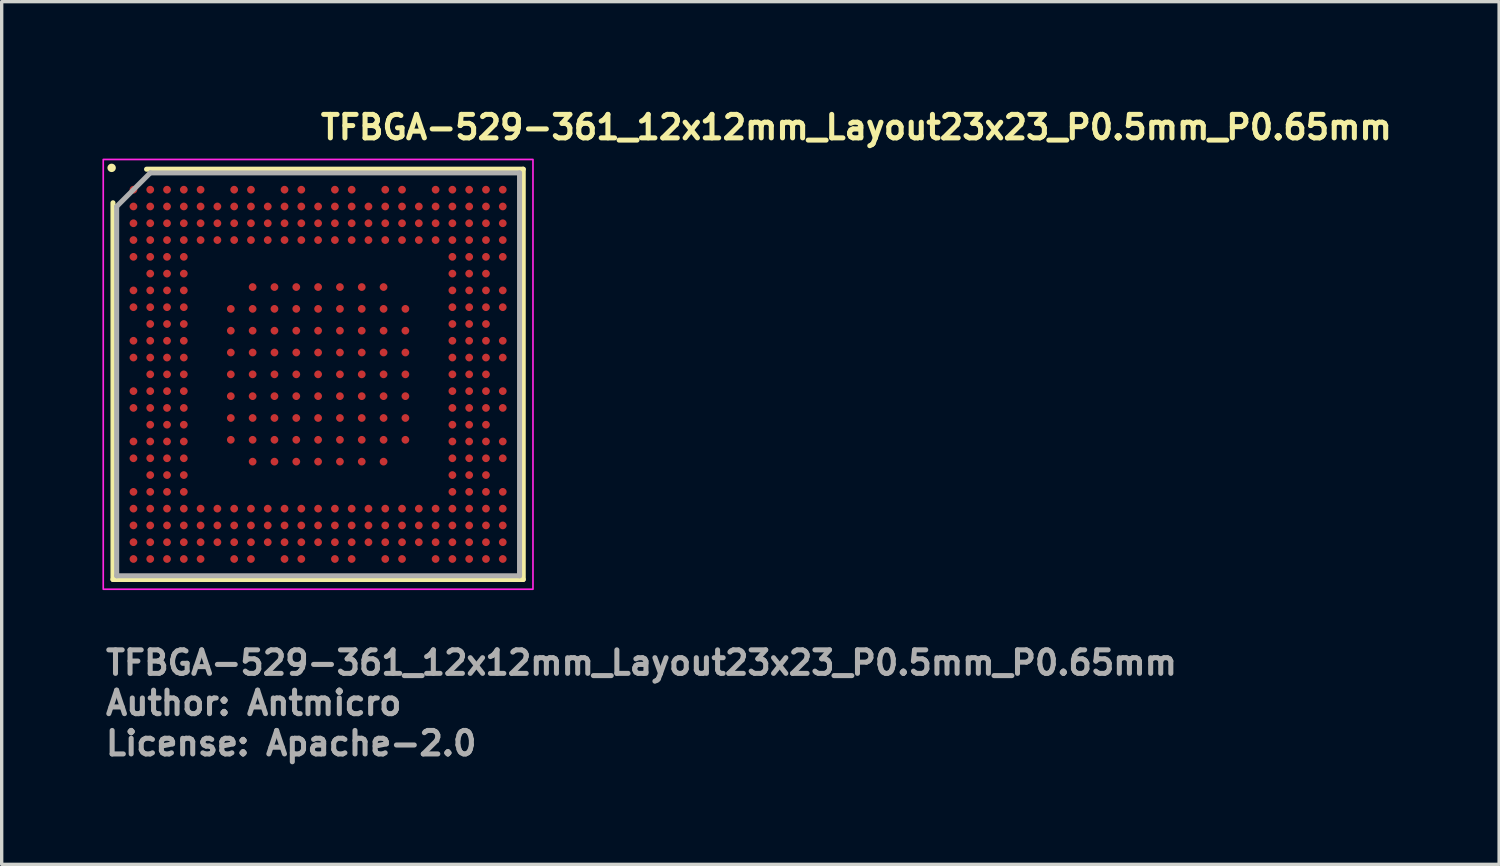
<source format=kicad_pcb>
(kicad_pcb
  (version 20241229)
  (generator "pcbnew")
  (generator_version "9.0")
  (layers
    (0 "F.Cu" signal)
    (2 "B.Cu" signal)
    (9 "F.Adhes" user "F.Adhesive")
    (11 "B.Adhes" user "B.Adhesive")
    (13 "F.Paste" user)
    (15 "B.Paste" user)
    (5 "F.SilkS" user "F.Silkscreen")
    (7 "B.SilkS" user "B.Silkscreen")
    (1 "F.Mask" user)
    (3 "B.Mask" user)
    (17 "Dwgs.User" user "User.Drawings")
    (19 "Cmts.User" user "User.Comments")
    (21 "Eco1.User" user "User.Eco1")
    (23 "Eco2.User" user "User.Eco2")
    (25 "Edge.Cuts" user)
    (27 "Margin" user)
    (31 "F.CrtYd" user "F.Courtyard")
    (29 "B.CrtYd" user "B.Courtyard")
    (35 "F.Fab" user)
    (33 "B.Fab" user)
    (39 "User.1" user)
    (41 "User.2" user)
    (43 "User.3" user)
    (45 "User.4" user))
  (footprint "TFBGA-529-361_12x12mm_Layout23x23_P0.5mm_P0.65mm"
    (layer "F.Cu")
    (at 6.425 8.1)
    (property "Reference" "TFBGA-529-361_12x12mm_Layout23x23_P0.5mm_P0.65mm" (at 0 -6.95 0) (layer "F.SilkS") (effects (font (size 0.7 0.7) (thickness 0.15)) (justify left bottom)))
    (attr smd)
    (fp_line (start -6.11 6.11) (end -6.11 -5.11) (stroke (width 0.15) (type solid)) (layer "F.SilkS"))
    (fp_line (start -5.11 -6.11) (end 6.11 -6.11) (stroke (width 0.15) (type solid)) (layer "F.SilkS"))
    (fp_line (start 6.11 -6.11) (end 6.11 6.11) (stroke (width 0.15) (type solid)) (layer "F.SilkS"))
    (fp_line (start 6.11 6.11) (end -6.11 6.11) (stroke (width 0.15) (type solid)) (layer "F.SilkS"))
    (fp_circle (center -6.15 -6.15) (end -6.1 -6.15) (stroke (width 0.15) (type solid)) (fill yes) (layer "F.SilkS"))
    (fp_rect (start -6.4 -6.4) (end 6.4 6.4) (stroke (width 0.05) (type solid)) (fill no) (layer "F.CrtYd"))
    (fp_line (start -6 -5) (end -5 -6) (stroke (width 0.15) (type solid)) (layer "F.Fab"))
    (fp_line (start -6 6) (end -6 -5) (stroke (width 0.15) (type solid)) (layer "F.Fab"))
    (fp_line (start -5 -6) (end 6 -6) (stroke (width 0.15) (type solid)) (layer "F.Fab"))
    (fp_line (start 6 -6) (end 6 6) (stroke (width 0.15) (type solid)) (layer "F.Fab"))
    (fp_line (start 6 6) (end -6 6) (stroke (width 0.15) (type solid)) (layer "F.Fab"))
    (fp_rect (start -6 -6) (end 6 6) (stroke (width 0.1) (type solid)) (fill no) (layer "User.5"))
    (fp_line (start -6 -6) (end 6 -6) (stroke (width 0.02) (type solid)) (layer "User.9"))
    (fp_line (start -6 6) (end -6 -6) (stroke (width 0.02) (type solid)) (layer "User.9"))
    (fp_line (start 6 -6) (end 6 6) (stroke (width 0.02) (type solid)) (layer "User.9"))
    (fp_line (start 6 6) (end -6 6) (stroke (width 0.02) (type solid)) (layer "User.9"))
    (fp_circle (center -4.75 -4.75) (end -4.25 -4.75) (stroke (width 0.02) (type default)) (fill no) (layer "User.9"))
    (fp_text user "Author: Antmicro" (at -6.4 10.2 0) (layer "F.Fab") (effects (font (size 0.7 0.7) (thickness 0.15)) (justify left bottom)))
    (fp_text user "${REFERENCE}" (at -6.4 9 0) (layer "F.Fab") (effects (font (size 0.7 0.7) (thickness 0.15)) (justify left bottom)))
    (fp_text user "License: Apache-2.0" (at -6.4 11.4 0) (layer "F.Fab") (effects (font (size 0.7 0.7) (thickness 0.15)) (justify left bottom)))
    (pad "1A2" smd circle (at -1.95 -2.6) (size 0.23 0.23) (layers "F.Cu" "F.Mask" "F.Paste"))
    (pad "1A3" smd circle (at -1.3 -2.6) (size 0.23 0.23) (layers "F.Cu" "F.Mask" "F.Paste"))
    (pad "1A4" smd circle (at -0.65 -2.6) (size 0.23 0.23) (layers "F.Cu" "F.Mask" "F.Paste"))
    (pad "1A5" smd circle (at 0 -2.6) (size 0.23 0.23) (layers "F.Cu" "F.Mask" "F.Paste"))
    (pad "1A6" smd circle (at 0.65 -2.6) (size 0.23 0.23) (layers "F.Cu" "F.Mask" "F.Paste"))
    (pad "1A7" smd circle (at 1.3 -2.6) (size 0.23 0.23) (layers "F.Cu" "F.Mask" "F.Paste"))
    (pad "1A8" smd circle (at 1.95 -2.6) (size 0.23 0.23) (layers "F.Cu" "F.Mask" "F.Paste"))
    (pad "1B1" smd circle (at -2.6 -1.95) (size 0.23 0.23) (layers "F.Cu" "F.Mask" "F.Paste"))
    (pad "1B2" smd circle (at -1.95 -1.95) (size 0.23 0.23) (layers "F.Cu" "F.Mask" "F.Paste"))
    (pad "1B3" smd circle (at -1.3 -1.95) (size 0.23 0.23) (layers "F.Cu" "F.Mask" "F.Paste"))
    (pad "1B4" smd circle (at -0.65 -1.95) (size 0.23 0.23) (layers "F.Cu" "F.Mask" "F.Paste"))
    (pad "1B5" smd circle (at 0 -1.95) (size 0.23 0.23) (layers "F.Cu" "F.Mask" "F.Paste"))
    (pad "1B6" smd circle (at 0.65 -1.95) (size 0.23 0.23) (layers "F.Cu" "F.Mask" "F.Paste"))
    (pad "1B7" smd circle (at 1.3 -1.95) (size 0.23 0.23) (layers "F.Cu" "F.Mask" "F.Paste"))
    (pad "1B8" smd circle (at 1.95 -1.95) (size 0.23 0.23) (layers "F.Cu" "F.Mask" "F.Paste"))
    (pad "1B9" smd circle (at 2.6 -1.95) (size 0.23 0.23) (layers "F.Cu" "F.Mask" "F.Paste"))
    (pad "1C1" smd circle (at -2.6 -1.3) (size 0.23 0.23) (layers "F.Cu" "F.Mask" "F.Paste"))
    (pad "1C2" smd circle (at -1.95 -1.3) (size 0.23 0.23) (layers "F.Cu" "F.Mask" "F.Paste"))
    (pad "1C3" smd circle (at -1.3 -1.3) (size 0.23 0.23) (layers "F.Cu" "F.Mask" "F.Paste"))
    (pad "1C4" smd circle (at -0.65 -1.3) (size 0.23 0.23) (layers "F.Cu" "F.Mask" "F.Paste"))
    (pad "1C5" smd circle (at 0 -1.3) (size 0.23 0.23) (layers "F.Cu" "F.Mask" "F.Paste"))
    (pad "1C6" smd circle (at 0.65 -1.3) (size 0.23 0.23) (layers "F.Cu" "F.Mask" "F.Paste"))
    (pad "1C7" smd circle (at 1.3 -1.3) (size 0.23 0.23) (layers "F.Cu" "F.Mask" "F.Paste"))
    (pad "1C8" smd circle (at 1.95 -1.3) (size 0.23 0.23) (layers "F.Cu" "F.Mask" "F.Paste"))
    (pad "1C9" smd circle (at 2.6 -1.3) (size 0.23 0.23) (layers "F.Cu" "F.Mask" "F.Paste"))
    (pad "1D1" smd circle (at -2.6 -0.65) (size 0.23 0.23) (layers "F.Cu" "F.Mask" "F.Paste"))
    (pad "1D2" smd circle (at -1.95 -0.65) (size 0.23 0.23) (layers "F.Cu" "F.Mask" "F.Paste"))
    (pad "1D3" smd circle (at -1.3 -0.65) (size 0.23 0.23) (layers "F.Cu" "F.Mask" "F.Paste"))
    (pad "1D4" smd circle (at -0.65 -0.65) (size 0.23 0.23) (layers "F.Cu" "F.Mask" "F.Paste"))
    (pad "1D5" smd circle (at 0 -0.65) (size 0.23 0.23) (layers "F.Cu" "F.Mask" "F.Paste"))
    (pad "1D6" smd circle (at 0.65 -0.65) (size 0.23 0.23) (layers "F.Cu" "F.Mask" "F.Paste"))
    (pad "1D7" smd circle (at 1.3 -0.65) (size 0.23 0.23) (layers "F.Cu" "F.Mask" "F.Paste"))
    (pad "1D8" smd circle (at 1.95 -0.65) (size 0.23 0.23) (layers "F.Cu" "F.Mask" "F.Paste"))
    (pad "1D9" smd circle (at 2.6 -0.65) (size 0.23 0.23) (layers "F.Cu" "F.Mask" "F.Paste"))
    (pad "1E1" smd circle (at -2.6 0) (size 0.23 0.23) (layers "F.Cu" "F.Mask" "F.Paste"))
    (pad "1E2" smd circle (at -1.95 0) (size 0.23 0.23) (layers "F.Cu" "F.Mask" "F.Paste"))
    (pad "1E3" smd circle (at -1.3 0) (size 0.23 0.23) (layers "F.Cu" "F.Mask" "F.Paste"))
    (pad "1E4" smd circle (at -0.65 0) (size 0.23 0.23) (layers "F.Cu" "F.Mask" "F.Paste"))
    (pad "1E5" smd circle (at 0 0) (size 0.23 0.23) (layers "F.Cu" "F.Mask" "F.Paste"))
    (pad "1E6" smd circle (at 0.65 0) (size 0.23 0.23) (layers "F.Cu" "F.Mask" "F.Paste"))
    (pad "1E7" smd circle (at 1.3 0) (size 0.23 0.23) (layers "F.Cu" "F.Mask" "F.Paste"))
    (pad "1E8" smd circle (at 1.95 0) (size 0.23 0.23) (layers "F.Cu" "F.Mask" "F.Paste"))
    (pad "1E9" smd circle (at 2.6 0) (size 0.23 0.23) (layers "F.Cu" "F.Mask" "F.Paste"))
    (pad "1F1" smd circle (at -2.6 0.65) (size 0.23 0.23) (layers "F.Cu" "F.Mask" "F.Paste"))
    (pad "1F2" smd circle (at -1.95 0.65) (size 0.23 0.23) (layers "F.Cu" "F.Mask" "F.Paste"))
    (pad "1F3" smd circle (at -1.3 0.65) (size 0.23 0.23) (layers "F.Cu" "F.Mask" "F.Paste"))
    (pad "1F4" smd circle (at -0.65 0.65) (size 0.23 0.23) (layers "F.Cu" "F.Mask" "F.Paste"))
    (pad "1F5" smd circle (at 0 0.65) (size 0.23 0.23) (layers "F.Cu" "F.Mask" "F.Paste"))
    (pad "1F6" smd circle (at 0.65 0.65) (size 0.23 0.23) (layers "F.Cu" "F.Mask" "F.Paste"))
    (pad "1F7" smd circle (at 1.3 0.65) (size 0.23 0.23) (layers "F.Cu" "F.Mask" "F.Paste"))
    (pad "1F8" smd circle (at 1.95 0.65) (size 0.23 0.23) (layers "F.Cu" "F.Mask" "F.Paste"))
    (pad "1F9" smd circle (at 2.6 0.65) (size 0.23 0.23) (layers "F.Cu" "F.Mask" "F.Paste"))
    (pad "1G1" smd circle (at -2.6 1.3) (size 0.23 0.23) (layers "F.Cu" "F.Mask" "F.Paste"))
    (pad "1G2" smd circle (at -1.95 1.3) (size 0.23 0.23) (layers "F.Cu" "F.Mask" "F.Paste"))
    (pad "1G3" smd circle (at -1.3 1.3) (size 0.23 0.23) (layers "F.Cu" "F.Mask" "F.Paste"))
    (pad "1G4" smd circle (at -0.65 1.3) (size 0.23 0.23) (layers "F.Cu" "F.Mask" "F.Paste"))
    (pad "1G5" smd circle (at 0 1.3) (size 0.23 0.23) (layers "F.Cu" "F.Mask" "F.Paste"))
    (pad "1G6" smd circle (at 0.65 1.3) (size 0.23 0.23) (layers "F.Cu" "F.Mask" "F.Paste"))
    (pad "1G7" smd circle (at 1.3 1.3) (size 0.23 0.23) (layers "F.Cu" "F.Mask" "F.Paste"))
    (pad "1G8" smd circle (at 1.95 1.3) (size 0.23 0.23) (layers "F.Cu" "F.Mask" "F.Paste"))
    (pad "1G9" smd circle (at 2.6 1.3) (size 0.23 0.23) (layers "F.Cu" "F.Mask" "F.Paste"))
    (pad "1H1" smd circle (at -2.6 1.95) (size 0.23 0.23) (layers "F.Cu" "F.Mask" "F.Paste"))
    (pad "1H2" smd circle (at -1.95 1.95) (size 0.23 0.23) (layers "F.Cu" "F.Mask" "F.Paste"))
    (pad "1H3" smd circle (at -1.3 1.95) (size 0.23 0.23) (layers "F.Cu" "F.Mask" "F.Paste"))
    (pad "1H4" smd circle (at -0.65 1.95) (size 0.23 0.23) (layers "F.Cu" "F.Mask" "F.Paste"))
    (pad "1H5" smd circle (at 0 1.95) (size 0.23 0.23) (layers "F.Cu" "F.Mask" "F.Paste"))
    (pad "1H6" smd circle (at 0.65 1.95) (size 0.23 0.23) (layers "F.Cu" "F.Mask" "F.Paste"))
    (pad "1H7" smd circle (at 1.3 1.95) (size 0.23 0.23) (layers "F.Cu" "F.Mask" "F.Paste"))
    (pad "1H8" smd circle (at 1.95 1.95) (size 0.23 0.23) (layers "F.Cu" "F.Mask" "F.Paste"))
    (pad "1H9" smd circle (at 2.6 1.95) (size 0.23 0.23) (layers "F.Cu" "F.Mask" "F.Paste"))
    (pad "1J2" smd circle (at -1.95 2.6) (size 0.23 0.23) (layers "F.Cu" "F.Mask" "F.Paste"))
    (pad "1J3" smd circle (at -1.3 2.6) (size 0.23 0.23) (layers "F.Cu" "F.Mask" "F.Paste"))
    (pad "1J4" smd circle (at -0.65 2.6) (size 0.23 0.23) (layers "F.Cu" "F.Mask" "F.Paste"))
    (pad "1J5" smd circle (at 0 2.6) (size 0.23 0.23) (layers "F.Cu" "F.Mask" "F.Paste"))
    (pad "1J6" smd circle (at 0.65 2.6) (size 0.23 0.23) (layers "F.Cu" "F.Mask" "F.Paste"))
    (pad "1J7" smd circle (at 1.3 2.6) (size 0.23 0.23) (layers "F.Cu" "F.Mask" "F.Paste"))
    (pad "1J8" smd circle (at 1.95 2.6) (size 0.23 0.23) (layers "F.Cu" "F.Mask" "F.Paste"))
    (pad "A1" smd circle (at -5.5 -5.5) (size 0.23 0.23) (layers "F.Cu" "F.Mask" "F.Paste"))
    (pad "A2" smd circle (at -5 -5.5) (size 0.23 0.23) (layers "F.Cu" "F.Mask" "F.Paste"))
    (pad "A3" smd circle (at -4.5 -5.5) (size 0.23 0.23) (layers "F.Cu" "F.Mask" "F.Paste"))
    (pad "A4" smd circle (at -4 -5.5) (size 0.23 0.23) (layers "F.Cu" "F.Mask" "F.Paste"))
    (pad "A5" smd circle (at -3.5 -5.5) (size 0.23 0.23) (layers "F.Cu" "F.Mask" "F.Paste"))
    (pad "A7" smd circle (at -2.5 -5.5) (size 0.23 0.23) (layers "F.Cu" "F.Mask" "F.Paste"))
    (pad "A8" smd circle (at -2 -5.5) (size 0.23 0.23) (layers "F.Cu" "F.Mask" "F.Paste"))
    (pad "A10" smd circle (at -1 -5.5) (size 0.23 0.23) (layers "F.Cu" "F.Mask" "F.Paste"))
    (pad "A11" smd circle (at -0.5 -5.5) (size 0.23 0.23) (layers "F.Cu" "F.Mask" "F.Paste"))
    (pad "A13" smd circle (at 0.5 -5.5) (size 0.23 0.23) (layers "F.Cu" "F.Mask" "F.Paste"))
    (pad "A14" smd circle (at 1 -5.5) (size 0.23 0.23) (layers "F.Cu" "F.Mask" "F.Paste"))
    (pad "A16" smd circle (at 2 -5.5) (size 0.23 0.23) (layers "F.Cu" "F.Mask" "F.Paste"))
    (pad "A17" smd circle (at 2.5 -5.5) (size 0.23 0.23) (layers "F.Cu" "F.Mask" "F.Paste"))
    (pad "A19" smd circle (at 3.5 -5.5) (size 0.23 0.23) (layers "F.Cu" "F.Mask" "F.Paste"))
    (pad "A20" smd circle (at 4 -5.5) (size 0.23 0.23) (layers "F.Cu" "F.Mask" "F.Paste"))
    (pad "A21" smd circle (at 4.5 -5.5) (size 0.23 0.23) (layers "F.Cu" "F.Mask" "F.Paste"))
    (pad "A22" smd circle (at 5 -5.5) (size 0.23 0.23) (layers "F.Cu" "F.Mask" "F.Paste"))
    (pad "A23" smd circle (at 5.5 -5.5) (size 0.23 0.23) (layers "F.Cu" "F.Mask" "F.Paste"))
    (pad "AA1" smd circle (at -5.5 4.5) (size 0.23 0.23) (layers "F.Cu" "F.Mask" "F.Paste"))
    (pad "AA2" smd circle (at -5 4.5) (size 0.23 0.23) (layers "F.Cu" "F.Mask" "F.Paste"))
    (pad "AA3" smd circle (at -4.5 4.5) (size 0.23 0.23) (layers "F.Cu" "F.Mask" "F.Paste"))
    (pad "AA4" smd circle (at -4 4.5) (size 0.23 0.23) (layers "F.Cu" "F.Mask" "F.Paste"))
    (pad "AA5" smd circle (at -3.5 4.5) (size 0.23 0.23) (layers "F.Cu" "F.Mask" "F.Paste"))
    (pad "AA6" smd circle (at -3 4.5) (size 0.23 0.23) (layers "F.Cu" "F.Mask" "F.Paste"))
    (pad "AA7" smd circle (at -2.5 4.5) (size 0.23 0.23) (layers "F.Cu" "F.Mask" "F.Paste"))
    (pad "AA8" smd circle (at -2 4.5) (size 0.23 0.23) (layers "F.Cu" "F.Mask" "F.Paste"))
    (pad "AA9" smd circle (at -1.5 4.5) (size 0.23 0.23) (layers "F.Cu" "F.Mask" "F.Paste"))
    (pad "AA10" smd circle (at -1 4.5) (size 0.23 0.23) (layers "F.Cu" "F.Mask" "F.Paste"))
    (pad "AA11" smd circle (at -0.5 4.5) (size 0.23 0.23) (layers "F.Cu" "F.Mask" "F.Paste"))
    (pad "AA12" smd circle (at 0 4.5) (size 0.23 0.23) (layers "F.Cu" "F.Mask" "F.Paste"))
    (pad "AA13" smd circle (at 0.5 4.5) (size 0.23 0.23) (layers "F.Cu" "F.Mask" "F.Paste"))
    (pad "AA14" smd circle (at 1 4.5) (size 0.23 0.23) (layers "F.Cu" "F.Mask" "F.Paste"))
    (pad "AA15" smd circle (at 1.5 4.5) (size 0.23 0.23) (layers "F.Cu" "F.Mask" "F.Paste"))
    (pad "AA16" smd circle (at 2 4.5) (size 0.23 0.23) (layers "F.Cu" "F.Mask" "F.Paste"))
    (pad "AA17" smd circle (at 2.5 4.5) (size 0.23 0.23) (layers "F.Cu" "F.Mask" "F.Paste"))
    (pad "AA18" smd circle (at 3 4.5) (size 0.23 0.23) (layers "F.Cu" "F.Mask" "F.Paste"))
    (pad "AA19" smd circle (at 3.5 4.5) (size 0.23 0.23) (layers "F.Cu" "F.Mask" "F.Paste"))
    (pad "AA20" smd circle (at 4 4.5) (size 0.23 0.23) (layers "F.Cu" "F.Mask" "F.Paste"))
    (pad "AA21" smd circle (at 4.5 4.5) (size 0.23 0.23) (layers "F.Cu" "F.Mask" "F.Paste"))
    (pad "AA22" smd circle (at 5 4.5) (size 0.23 0.23) (layers "F.Cu" "F.Mask" "F.Paste"))
    (pad "AA23" smd circle (at 5.5 4.5) (size 0.23 0.23) (layers "F.Cu" "F.Mask" "F.Paste"))
    (pad "AB1" smd circle (at -5.5 5) (size 0.23 0.23) (layers "F.Cu" "F.Mask" "F.Paste"))
    (pad "AB2" smd circle (at -5 5) (size 0.23 0.23) (layers "F.Cu" "F.Mask" "F.Paste"))
    (pad "AB3" smd circle (at -4.5 5) (size 0.23 0.23) (layers "F.Cu" "F.Mask" "F.Paste"))
    (pad "AB4" smd circle (at -4 5) (size 0.23 0.23) (layers "F.Cu" "F.Mask" "F.Paste"))
    (pad "AB5" smd circle (at -3.5 5) (size 0.23 0.23) (layers "F.Cu" "F.Mask" "F.Paste"))
    (pad "AB6" smd circle (at -3 5) (size 0.23 0.23) (layers "F.Cu" "F.Mask" "F.Paste"))
    (pad "AB7" smd circle (at -2.5 5) (size 0.23 0.23) (layers "F.Cu" "F.Mask" "F.Paste"))
    (pad "AB8" smd circle (at -2 5) (size 0.23 0.23) (layers "F.Cu" "F.Mask" "F.Paste"))
    (pad "AB9" smd circle (at -1.5 5) (size 0.23 0.23) (layers "F.Cu" "F.Mask" "F.Paste"))
    (pad "AB10" smd circle (at -1 5) (size 0.23 0.23) (layers "F.Cu" "F.Mask" "F.Paste"))
    (pad "AB11" smd circle (at -0.5 5) (size 0.23 0.23) (layers "F.Cu" "F.Mask" "F.Paste"))
    (pad "AB12" smd circle (at 0 5) (size 0.23 0.23) (layers "F.Cu" "F.Mask" "F.Paste"))
    (pad "AB13" smd circle (at 0.5 5) (size 0.23 0.23) (layers "F.Cu" "F.Mask" "F.Paste"))
    (pad "AB14" smd circle (at 1 5) (size 0.23 0.23) (layers "F.Cu" "F.Mask" "F.Paste"))
    (pad "AB15" smd circle (at 1.5 5) (size 0.23 0.23) (layers "F.Cu" "F.Mask" "F.Paste"))
    (pad "AB16" smd circle (at 2 5) (size 0.23 0.23) (layers "F.Cu" "F.Mask" "F.Paste"))
    (pad "AB17" smd circle (at 2.5 5) (size 0.23 0.23) (layers "F.Cu" "F.Mask" "F.Paste"))
    (pad "AB18" smd circle (at 3 5) (size 0.23 0.23) (layers "F.Cu" "F.Mask" "F.Paste"))
    (pad "AB19" smd circle (at 3.5 5) (size 0.23 0.23) (layers "F.Cu" "F.Mask" "F.Paste"))
    (pad "AB20" smd circle (at 4 5) (size 0.23 0.23) (layers "F.Cu" "F.Mask" "F.Paste"))
    (pad "AB21" smd circle (at 4.5 5) (size 0.23 0.23) (layers "F.Cu" "F.Mask" "F.Paste"))
    (pad "AB22" smd circle (at 5 5) (size 0.23 0.23) (layers "F.Cu" "F.Mask" "F.Paste"))
    (pad "AB23" smd circle (at 5.5 5) (size 0.23 0.23) (layers "F.Cu" "F.Mask" "F.Paste"))
    (pad "AC1" smd circle (at -5.5 5.5) (size 0.23 0.23) (layers "F.Cu" "F.Mask" "F.Paste"))
    (pad "AC2" smd circle (at -5 5.5) (size 0.23 0.23) (layers "F.Cu" "F.Mask" "F.Paste"))
    (pad "AC3" smd circle (at -4.5 5.5) (size 0.23 0.23) (layers "F.Cu" "F.Mask" "F.Paste"))
    (pad "AC4" smd circle (at -4 5.5) (size 0.23 0.23) (layers "F.Cu" "F.Mask" "F.Paste"))
    (pad "AC5" smd circle (at -3.5 5.5) (size 0.23 0.23) (layers "F.Cu" "F.Mask" "F.Paste"))
    (pad "AC7" smd circle (at -2.5 5.5) (size 0.23 0.23) (layers "F.Cu" "F.Mask" "F.Paste"))
    (pad "AC8" smd circle (at -2 5.5) (size 0.23 0.23) (layers "F.Cu" "F.Mask" "F.Paste"))
    (pad "AC10" smd circle (at -1 5.5) (size 0.23 0.23) (layers "F.Cu" "F.Mask" "F.Paste"))
    (pad "AC11" smd circle (at -0.5 5.5) (size 0.23 0.23) (layers "F.Cu" "F.Mask" "F.Paste"))
    (pad "AC13" smd circle (at 0.5 5.5) (size 0.23 0.23) (layers "F.Cu" "F.Mask" "F.Paste"))
    (pad "AC14" smd circle (at 1 5.5) (size 0.23 0.23) (layers "F.Cu" "F.Mask" "F.Paste"))
    (pad "AC16" smd circle (at 2 5.5) (size 0.23 0.23) (layers "F.Cu" "F.Mask" "F.Paste"))
    (pad "AC17" smd circle (at 2.5 5.5) (size 0.23 0.23) (layers "F.Cu" "F.Mask" "F.Paste"))
    (pad "AC19" smd circle (at 3.5 5.5) (size 0.23 0.23) (layers "F.Cu" "F.Mask" "F.Paste"))
    (pad "AC20" smd circle (at 4 5.5) (size 0.23 0.23) (layers "F.Cu" "F.Mask" "F.Paste"))
    (pad "AC21" smd circle (at 4.5 5.5) (size 0.23 0.23) (layers "F.Cu" "F.Mask" "F.Paste"))
    (pad "AC22" smd circle (at 5 5.5) (size 0.23 0.23) (layers "F.Cu" "F.Mask" "F.Paste"))
    (pad "AC23" smd circle (at 5.5 5.5) (size 0.23 0.23) (layers "F.Cu" "F.Mask" "F.Paste"))
    (pad "B1" smd circle (at -5.5 -5) (size 0.23 0.23) (layers "F.Cu" "F.Mask" "F.Paste"))
    (pad "B2" smd circle (at -5 -5) (size 0.23 0.23) (layers "F.Cu" "F.Mask" "F.Paste"))
    (pad "B3" smd circle (at -4.5 -5) (size 0.23 0.23) (layers "F.Cu" "F.Mask" "F.Paste"))
    (pad "B4" smd circle (at -4 -5) (size 0.23 0.23) (layers "F.Cu" "F.Mask" "F.Paste"))
    (pad "B5" smd circle (at -3.5 -5) (size 0.23 0.23) (layers "F.Cu" "F.Mask" "F.Paste"))
    (pad "B6" smd circle (at -3 -5) (size 0.23 0.23) (layers "F.Cu" "F.Mask" "F.Paste"))
    (pad "B7" smd circle (at -2.5 -5) (size 0.23 0.23) (layers "F.Cu" "F.Mask" "F.Paste"))
    (pad "B8" smd circle (at -2 -5) (size 0.23 0.23) (layers "F.Cu" "F.Mask" "F.Paste"))
    (pad "B9" smd circle (at -1.5 -5) (size 0.23 0.23) (layers "F.Cu" "F.Mask" "F.Paste"))
    (pad "B10" smd circle (at -1 -5) (size 0.23 0.23) (layers "F.Cu" "F.Mask" "F.Paste"))
    (pad "B11" smd circle (at -0.5 -5) (size 0.23 0.23) (layers "F.Cu" "F.Mask" "F.Paste"))
    (pad "B12" smd circle (at 0 -5) (size 0.23 0.23) (layers "F.Cu" "F.Mask" "F.Paste"))
    (pad "B13" smd circle (at 0.5 -5) (size 0.23 0.23) (layers "F.Cu" "F.Mask" "F.Paste"))
    (pad "B14" smd circle (at 1 -5) (size 0.23 0.23) (layers "F.Cu" "F.Mask" "F.Paste"))
    (pad "B15" smd circle (at 1.5 -5) (size 0.23 0.23) (layers "F.Cu" "F.Mask" "F.Paste"))
    (pad "B16" smd circle (at 2 -5) (size 0.23 0.23) (layers "F.Cu" "F.Mask" "F.Paste"))
    (pad "B17" smd circle (at 2.5 -5) (size 0.23 0.23) (layers "F.Cu" "F.Mask" "F.Paste"))
    (pad "B18" smd circle (at 3 -5) (size 0.23 0.23) (layers "F.Cu" "F.Mask" "F.Paste"))
    (pad "B19" smd circle (at 3.5 -5) (size 0.23 0.23) (layers "F.Cu" "F.Mask" "F.Paste"))
    (pad "B20" smd circle (at 4 -5) (size 0.23 0.23) (layers "F.Cu" "F.Mask" "F.Paste"))
    (pad "B21" smd circle (at 4.5 -5) (size 0.23 0.23) (layers "F.Cu" "F.Mask" "F.Paste"))
    (pad "B22" smd circle (at 5 -5) (size 0.23 0.23) (layers "F.Cu" "F.Mask" "F.Paste"))
    (pad "B23" smd circle (at 5.5 -5) (size 0.23 0.23) (layers "F.Cu" "F.Mask" "F.Paste"))
    (pad "C1" smd circle (at -5.5 -4.5) (size 0.23 0.23) (layers "F.Cu" "F.Mask" "F.Paste"))
    (pad "C2" smd circle (at -5 -4.5) (size 0.23 0.23) (layers "F.Cu" "F.Mask" "F.Paste"))
    (pad "C3" smd circle (at -4.5 -4.5) (size 0.23 0.23) (layers "F.Cu" "F.Mask" "F.Paste"))
    (pad "C4" smd circle (at -4 -4.5) (size 0.23 0.23) (layers "F.Cu" "F.Mask" "F.Paste"))
    (pad "C5" smd circle (at -3.5 -4.5) (size 0.23 0.23) (layers "F.Cu" "F.Mask" "F.Paste"))
    (pad "C6" smd circle (at -3 -4.5) (size 0.23 0.23) (layers "F.Cu" "F.Mask" "F.Paste"))
    (pad "C7" smd circle (at -2.5 -4.5) (size 0.23 0.23) (layers "F.Cu" "F.Mask" "F.Paste"))
    (pad "C8" smd circle (at -2 -4.5) (size 0.23 0.23) (layers "F.Cu" "F.Mask" "F.Paste"))
    (pad "C9" smd circle (at -1.5 -4.5) (size 0.23 0.23) (layers "F.Cu" "F.Mask" "F.Paste"))
    (pad "C10" smd circle (at -1 -4.5) (size 0.23 0.23) (layers "F.Cu" "F.Mask" "F.Paste"))
    (pad "C11" smd circle (at -0.5 -4.5) (size 0.23 0.23) (layers "F.Cu" "F.Mask" "F.Paste"))
    (pad "C12" smd circle (at 0 -4.5) (size 0.23 0.23) (layers "F.Cu" "F.Mask" "F.Paste"))
    (pad "C13" smd circle (at 0.5 -4.5) (size 0.23 0.23) (layers "F.Cu" "F.Mask" "F.Paste"))
    (pad "C14" smd circle (at 1 -4.5) (size 0.23 0.23) (layers "F.Cu" "F.Mask" "F.Paste"))
    (pad "C15" smd circle (at 1.5 -4.5) (size 0.23 0.23) (layers "F.Cu" "F.Mask" "F.Paste"))
    (pad "C16" smd circle (at 2 -4.5) (size 0.23 0.23) (layers "F.Cu" "F.Mask" "F.Paste"))
    (pad "C17" smd circle (at 2.5 -4.5) (size 0.23 0.23) (layers "F.Cu" "F.Mask" "F.Paste"))
    (pad "C18" smd circle (at 3 -4.5) (size 0.23 0.23) (layers "F.Cu" "F.Mask" "F.Paste"))
    (pad "C19" smd circle (at 3.5 -4.5) (size 0.23 0.23) (layers "F.Cu" "F.Mask" "F.Paste"))
    (pad "C20" smd circle (at 4 -4.5) (size 0.23 0.23) (layers "F.Cu" "F.Mask" "F.Paste"))
    (pad "C21" smd circle (at 4.5 -4.5) (size 0.23 0.23) (layers "F.Cu" "F.Mask" "F.Paste"))
    (pad "C22" smd circle (at 5 -4.5) (size 0.23 0.23) (layers "F.Cu" "F.Mask" "F.Paste"))
    (pad "C23" smd circle (at 5.5 -4.5) (size 0.23 0.23) (layers "F.Cu" "F.Mask" "F.Paste"))
    (pad "D1" smd circle (at -5.5 -4) (size 0.23 0.23) (layers "F.Cu" "F.Mask" "F.Paste"))
    (pad "D2" smd circle (at -5 -4) (size 0.23 0.23) (layers "F.Cu" "F.Mask" "F.Paste"))
    (pad "D3" smd circle (at -4.5 -4) (size 0.23 0.23) (layers "F.Cu" "F.Mask" "F.Paste"))
    (pad "D4" smd circle (at -4 -4) (size 0.23 0.23) (layers "F.Cu" "F.Mask" "F.Paste"))
    (pad "D5" smd circle (at -3.5 -4) (size 0.23 0.23) (layers "F.Cu" "F.Mask" "F.Paste"))
    (pad "D6" smd circle (at -3 -4) (size 0.23 0.23) (layers "F.Cu" "F.Mask" "F.Paste"))
    (pad "D7" smd circle (at -2.5 -4) (size 0.23 0.23) (layers "F.Cu" "F.Mask" "F.Paste"))
    (pad "D8" smd circle (at -2 -4) (size 0.23 0.23) (layers "F.Cu" "F.Mask" "F.Paste"))
    (pad "D9" smd circle (at -1.5 -4) (size 0.23 0.23) (layers "F.Cu" "F.Mask" "F.Paste"))
    (pad "D10" smd circle (at -1 -4) (size 0.23 0.23) (layers "F.Cu" "F.Mask" "F.Paste"))
    (pad "D11" smd circle (at -0.5 -4) (size 0.23 0.23) (layers "F.Cu" "F.Mask" "F.Paste"))
    (pad "D12" smd circle (at 0 -4) (size 0.23 0.23) (layers "F.Cu" "F.Mask" "F.Paste"))
    (pad "D13" smd circle (at 0.5 -4) (size 0.23 0.23) (layers "F.Cu" "F.Mask" "F.Paste"))
    (pad "D14" smd circle (at 1 -4) (size 0.23 0.23) (layers "F.Cu" "F.Mask" "F.Paste"))
    (pad "D15" smd circle (at 1.5 -4) (size 0.23 0.23) (layers "F.Cu" "F.Mask" "F.Paste"))
    (pad "D16" smd circle (at 2 -4) (size 0.23 0.23) (layers "F.Cu" "F.Mask" "F.Paste"))
    (pad "D17" smd circle (at 2.5 -4) (size 0.23 0.23) (layers "F.Cu" "F.Mask" "F.Paste"))
    (pad "D18" smd circle (at 3 -4) (size 0.23 0.23) (layers "F.Cu" "F.Mask" "F.Paste"))
    (pad "D19" smd circle (at 3.5 -4) (size 0.23 0.23) (layers "F.Cu" "F.Mask" "F.Paste"))
    (pad "D20" smd circle (at 4 -4) (size 0.23 0.23) (layers "F.Cu" "F.Mask" "F.Paste"))
    (pad "D21" smd circle (at 4.5 -4) (size 0.23 0.23) (layers "F.Cu" "F.Mask" "F.Paste"))
    (pad "D22" smd circle (at 5 -4) (size 0.23 0.23) (layers "F.Cu" "F.Mask" "F.Paste"))
    (pad "D23" smd circle (at 5.5 -4) (size 0.23 0.23) (layers "F.Cu" "F.Mask" "F.Paste"))
    (pad "E1" smd circle (at -5.5 -3.5) (size 0.23 0.23) (layers "F.Cu" "F.Mask" "F.Paste"))
    (pad "E2" smd circle (at -5 -3.5) (size 0.23 0.23) (layers "F.Cu" "F.Mask" "F.Paste"))
    (pad "E3" smd circle (at -4.5 -3.5) (size 0.23 0.23) (layers "F.Cu" "F.Mask" "F.Paste"))
    (pad "E4" smd circle (at -4 -3.5) (size 0.23 0.23) (layers "F.Cu" "F.Mask" "F.Paste"))
    (pad "E20" smd circle (at 4 -3.5) (size 0.23 0.23) (layers "F.Cu" "F.Mask" "F.Paste"))
    (pad "E21" smd circle (at 4.5 -3.5) (size 0.23 0.23) (layers "F.Cu" "F.Mask" "F.Paste"))
    (pad "E22" smd circle (at 5 -3.5) (size 0.23 0.23) (layers "F.Cu" "F.Mask" "F.Paste"))
    (pad "E23" smd circle (at 5.5 -3.5) (size 0.23 0.23) (layers "F.Cu" "F.Mask" "F.Paste"))
    (pad "F2" smd circle (at -5 -3) (size 0.23 0.23) (layers "F.Cu" "F.Mask" "F.Paste"))
    (pad "F3" smd circle (at -4.5 -3) (size 0.23 0.23) (layers "F.Cu" "F.Mask" "F.Paste"))
    (pad "F4" smd circle (at -4 -3) (size 0.23 0.23) (layers "F.Cu" "F.Mask" "F.Paste"))
    (pad "F20" smd circle (at 4 -3) (size 0.23 0.23) (layers "F.Cu" "F.Mask" "F.Paste"))
    (pad "F21" smd circle (at 4.5 -3) (size 0.23 0.23) (layers "F.Cu" "F.Mask" "F.Paste"))
    (pad "F22" smd circle (at 5 -3) (size 0.23 0.23) (layers "F.Cu" "F.Mask" "F.Paste"))
    (pad "G1" smd circle (at -5.5 -2.5) (size 0.23 0.23) (layers "F.Cu" "F.Mask" "F.Paste"))
    (pad "G2" smd circle (at -5 -2.5) (size 0.23 0.23) (layers "F.Cu" "F.Mask" "F.Paste"))
    (pad "G3" smd circle (at -4.5 -2.5) (size 0.23 0.23) (layers "F.Cu" "F.Mask" "F.Paste"))
    (pad "G4" smd circle (at -4 -2.5) (size 0.23 0.23) (layers "F.Cu" "F.Mask" "F.Paste"))
    (pad "G20" smd circle (at 4 -2.5) (size 0.23 0.23) (layers "F.Cu" "F.Mask" "F.Paste"))
    (pad "G21" smd circle (at 4.5 -2.5) (size 0.23 0.23) (layers "F.Cu" "F.Mask" "F.Paste"))
    (pad "G22" smd circle (at 5 -2.5) (size 0.23 0.23) (layers "F.Cu" "F.Mask" "F.Paste"))
    (pad "G23" smd circle (at 5.5 -2.5) (size 0.23 0.23) (layers "F.Cu" "F.Mask" "F.Paste"))
    (pad "H1" smd circle (at -5.5 -2) (size 0.23 0.23) (layers "F.Cu" "F.Mask" "F.Paste"))
    (pad "H2" smd circle (at -5 -2) (size 0.23 0.23) (layers "F.Cu" "F.Mask" "F.Paste"))
    (pad "H3" smd circle (at -4.5 -2) (size 0.23 0.23) (layers "F.Cu" "F.Mask" "F.Paste"))
    (pad "H4" smd circle (at -4 -2) (size 0.23 0.23) (layers "F.Cu" "F.Mask" "F.Paste"))
    (pad "H20" smd circle (at 4 -2) (size 0.23 0.23) (layers "F.Cu" "F.Mask" "F.Paste"))
    (pad "H21" smd circle (at 4.5 -2) (size 0.23 0.23) (layers "F.Cu" "F.Mask" "F.Paste"))
    (pad "H22" smd circle (at 5 -2) (size 0.23 0.23) (layers "F.Cu" "F.Mask" "F.Paste"))
    (pad "H23" smd circle (at 5.5 -2) (size 0.23 0.23) (layers "F.Cu" "F.Mask" "F.Paste"))
    (pad "J2" smd circle (at -5 -1.5) (size 0.23 0.23) (layers "F.Cu" "F.Mask" "F.Paste"))
    (pad "J3" smd circle (at -4.5 -1.5) (size 0.23 0.23) (layers "F.Cu" "F.Mask" "F.Paste"))
    (pad "J4" smd circle (at -4 -1.5) (size 0.23 0.23) (layers "F.Cu" "F.Mask" "F.Paste"))
    (pad "J20" smd circle (at 4 -1.5) (size 0.23 0.23) (layers "F.Cu" "F.Mask" "F.Paste"))
    (pad "J21" smd circle (at 4.5 -1.5) (size 0.23 0.23) (layers "F.Cu" "F.Mask" "F.Paste"))
    (pad "J22" smd circle (at 5 -1.5) (size 0.23 0.23) (layers "F.Cu" "F.Mask" "F.Paste"))
    (pad "K1" smd circle (at -5.5 -1) (size 0.23 0.23) (layers "F.Cu" "F.Mask" "F.Paste"))
    (pad "K2" smd circle (at -5 -1) (size 0.23 0.23) (layers "F.Cu" "F.Mask" "F.Paste"))
    (pad "K3" smd circle (at -4.5 -1) (size 0.23 0.23) (layers "F.Cu" "F.Mask" "F.Paste"))
    (pad "K4" smd circle (at -4 -1) (size 0.23 0.23) (layers "F.Cu" "F.Mask" "F.Paste"))
    (pad "K20" smd circle (at 4 -1) (size 0.23 0.23) (layers "F.Cu" "F.Mask" "F.Paste"))
    (pad "K21" smd circle (at 4.5 -1) (size 0.23 0.23) (layers "F.Cu" "F.Mask" "F.Paste"))
    (pad "K22" smd circle (at 5 -1) (size 0.23 0.23) (layers "F.Cu" "F.Mask" "F.Paste"))
    (pad "K23" smd circle (at 5.5 -1) (size 0.23 0.23) (layers "F.Cu" "F.Mask" "F.Paste"))
    (pad "L1" smd circle (at -5.5 -0.5) (size 0.23 0.23) (layers "F.Cu" "F.Mask" "F.Paste"))
    (pad "L2" smd circle (at -5 -0.5) (size 0.23 0.23) (layers "F.Cu" "F.Mask" "F.Paste"))
    (pad "L3" smd circle (at -4.5 -0.5) (size 0.23 0.23) (layers "F.Cu" "F.Mask" "F.Paste"))
    (pad "L4" smd circle (at -4 -0.5) (size 0.23 0.23) (layers "F.Cu" "F.Mask" "F.Paste"))
    (pad "L20" smd circle (at 4 -0.5) (size 0.23 0.23) (layers "F.Cu" "F.Mask" "F.Paste"))
    (pad "L21" smd circle (at 4.5 -0.5) (size 0.23 0.23) (layers "F.Cu" "F.Mask" "F.Paste"))
    (pad "L22" smd circle (at 5 -0.5) (size 0.23 0.23) (layers "F.Cu" "F.Mask" "F.Paste"))
    (pad "L23" smd circle (at 5.5 -0.5) (size 0.23 0.23) (layers "F.Cu" "F.Mask" "F.Paste"))
    (pad "M2" smd circle (at -5 0) (size 0.23 0.23) (layers "F.Cu" "F.Mask" "F.Paste"))
    (pad "M3" smd circle (at -4.5 0) (size 0.23 0.23) (layers "F.Cu" "F.Mask" "F.Paste"))
    (pad "M4" smd circle (at -4 0) (size 0.23 0.23) (layers "F.Cu" "F.Mask" "F.Paste"))
    (pad "M20" smd circle (at 4 0) (size 0.23 0.23) (layers "F.Cu" "F.Mask" "F.Paste"))
    (pad "M21" smd circle (at 4.5 0) (size 0.23 0.23) (layers "F.Cu" "F.Mask" "F.Paste"))
    (pad "M22" smd circle (at 5 0) (size 0.23 0.23) (layers "F.Cu" "F.Mask" "F.Paste"))
    (pad "N1" smd circle (at -5.5 0.5) (size 0.23 0.23) (layers "F.Cu" "F.Mask" "F.Paste"))
    (pad "N2" smd circle (at -5 0.5) (size 0.23 0.23) (layers "F.Cu" "F.Mask" "F.Paste"))
    (pad "N3" smd circle (at -4.5 0.5) (size 0.23 0.23) (layers "F.Cu" "F.Mask" "F.Paste"))
    (pad "N4" smd circle (at -4 0.5) (size 0.23 0.23) (layers "F.Cu" "F.Mask" "F.Paste"))
    (pad "N20" smd circle (at 4 0.5) (size 0.23 0.23) (layers "F.Cu" "F.Mask" "F.Paste"))
    (pad "N21" smd circle (at 4.5 0.5) (size 0.23 0.23) (layers "F.Cu" "F.Mask" "F.Paste"))
    (pad "N22" smd circle (at 5 0.5) (size 0.23 0.23) (layers "F.Cu" "F.Mask" "F.Paste"))
    (pad "N23" smd circle (at 5.5 0.5) (size 0.23 0.23) (layers "F.Cu" "F.Mask" "F.Paste"))
    (pad "P1" smd circle (at -5.5 1) (size 0.23 0.23) (layers "F.Cu" "F.Mask" "F.Paste"))
    (pad "P2" smd circle (at -5 1) (size 0.23 0.23) (layers "F.Cu" "F.Mask" "F.Paste"))
    (pad "P3" smd circle (at -4.5 1) (size 0.23 0.23) (layers "F.Cu" "F.Mask" "F.Paste"))
    (pad "P4" smd circle (at -4 1) (size 0.23 0.23) (layers "F.Cu" "F.Mask" "F.Paste"))
    (pad "P20" smd circle (at 4 1) (size 0.23 0.23) (layers "F.Cu" "F.Mask" "F.Paste"))
    (pad "P21" smd circle (at 4.5 1) (size 0.23 0.23) (layers "F.Cu" "F.Mask" "F.Paste"))
    (pad "P22" smd circle (at 5 1) (size 0.23 0.23) (layers "F.Cu" "F.Mask" "F.Paste"))
    (pad "P23" smd circle (at 5.5 1) (size 0.23 0.23) (layers "F.Cu" "F.Mask" "F.Paste"))
    (pad "R2" smd circle (at -5 1.5) (size 0.23 0.23) (layers "F.Cu" "F.Mask" "F.Paste"))
    (pad "R3" smd circle (at -4.5 1.5) (size 0.23 0.23) (layers "F.Cu" "F.Mask" "F.Paste"))
    (pad "R4" smd circle (at -4 1.5) (size 0.23 0.23) (layers "F.Cu" "F.Mask" "F.Paste"))
    (pad "R20" smd circle (at 4 1.5) (size 0.23 0.23) (layers "F.Cu" "F.Mask" "F.Paste"))
    (pad "R21" smd circle (at 4.5 1.5) (size 0.23 0.23) (layers "F.Cu" "F.Mask" "F.Paste"))
    (pad "R22" smd circle (at 5 1.5) (size 0.23 0.23) (layers "F.Cu" "F.Mask" "F.Paste"))
    (pad "T1" smd circle (at -5.5 2) (size 0.23 0.23) (layers "F.Cu" "F.Mask" "F.Paste"))
    (pad "T2" smd circle (at -5 2) (size 0.23 0.23) (layers "F.Cu" "F.Mask" "F.Paste"))
    (pad "T3" smd circle (at -4.5 2) (size 0.23 0.23) (layers "F.Cu" "F.Mask" "F.Paste"))
    (pad "T4" smd circle (at -4 2) (size 0.23 0.23) (layers "F.Cu" "F.Mask" "F.Paste"))
    (pad "T20" smd circle (at 4 2) (size 0.23 0.23) (layers "F.Cu" "F.Mask" "F.Paste"))
    (pad "T21" smd circle (at 4.5 2) (size 0.23 0.23) (layers "F.Cu" "F.Mask" "F.Paste"))
    (pad "T22" smd circle (at 5 2) (size 0.23 0.23) (layers "F.Cu" "F.Mask" "F.Paste"))
    (pad "T23" smd circle (at 5.5 2) (size 0.23 0.23) (layers "F.Cu" "F.Mask" "F.Paste"))
    (pad "U1" smd circle (at -5.5 2.5) (size 0.23 0.23) (layers "F.Cu" "F.Mask" "F.Paste"))
    (pad "U2" smd circle (at -5 2.5) (size 0.23 0.23) (layers "F.Cu" "F.Mask" "F.Paste"))
    (pad "U3" smd circle (at -4.5 2.5) (size 0.23 0.23) (layers "F.Cu" "F.Mask" "F.Paste"))
    (pad "U4" smd circle (at -4 2.5) (size 0.23 0.23) (layers "F.Cu" "F.Mask" "F.Paste"))
    (pad "U20" smd circle (at 4 2.5) (size 0.23 0.23) (layers "F.Cu" "F.Mask" "F.Paste"))
    (pad "U21" smd circle (at 4.5 2.5) (size 0.23 0.23) (layers "F.Cu" "F.Mask" "F.Paste"))
    (pad "U22" smd circle (at 5 2.5) (size 0.23 0.23) (layers "F.Cu" "F.Mask" "F.Paste"))
    (pad "U23" smd circle (at 5.5 2.5) (size 0.23 0.23) (layers "F.Cu" "F.Mask" "F.Paste"))
    (pad "V2" smd circle (at -5 3) (size 0.23 0.23) (layers "F.Cu" "F.Mask" "F.Paste"))
    (pad "V3" smd circle (at -4.5 3) (size 0.23 0.23) (layers "F.Cu" "F.Mask" "F.Paste"))
    (pad "V4" smd circle (at -4 3) (size 0.23 0.23) (layers "F.Cu" "F.Mask" "F.Paste"))
    (pad "V20" smd circle (at 4 3) (size 0.23 0.23) (layers "F.Cu" "F.Mask" "F.Paste"))
    (pad "V21" smd circle (at 4.5 3) (size 0.23 0.23) (layers "F.Cu" "F.Mask" "F.Paste"))
    (pad "V22" smd circle (at 5 3) (size 0.23 0.23) (layers "F.Cu" "F.Mask" "F.Paste"))
    (pad "W1" smd circle (at -5.5 3.5) (size 0.23 0.23) (layers "F.Cu" "F.Mask" "F.Paste"))
    (pad "W2" smd circle (at -5 3.5) (size 0.23 0.23) (layers "F.Cu" "F.Mask" "F.Paste"))
    (pad "W3" smd circle (at -4.5 3.5) (size 0.23 0.23) (layers "F.Cu" "F.Mask" "F.Paste"))
    (pad "W4" smd circle (at -4 3.5) (size 0.23 0.23) (layers "F.Cu" "F.Mask" "F.Paste"))
    (pad "W20" smd circle (at 4 3.5) (size 0.23 0.23) (layers "F.Cu" "F.Mask" "F.Paste"))
    (pad "W21" smd circle (at 4.5 3.5) (size 0.23 0.23) (layers "F.Cu" "F.Mask" "F.Paste"))
    (pad "W22" smd circle (at 5 3.5) (size 0.23 0.23) (layers "F.Cu" "F.Mask" "F.Paste"))
    (pad "W23" smd circle (at 5.5 3.5) (size 0.23 0.23) (layers "F.Cu" "F.Mask" "F.Paste"))
    (pad "Y1" smd circle (at -5.5 4) (size 0.23 0.23) (layers "F.Cu" "F.Mask" "F.Paste"))
    (pad "Y2" smd circle (at -5 4) (size 0.23 0.23) (layers "F.Cu" "F.Mask" "F.Paste"))
    (pad "Y3" smd circle (at -4.5 4) (size 0.23 0.23) (layers "F.Cu" "F.Mask" "F.Paste"))
    (pad "Y4" smd circle (at -4 4) (size 0.23 0.23) (layers "F.Cu" "F.Mask" "F.Paste"))
    (pad "Y5" smd circle (at -3.5 4) (size 0.23 0.23) (layers "F.Cu" "F.Mask" "F.Paste"))
    (pad "Y6" smd circle (at -3 4) (size 0.23 0.23) (layers "F.Cu" "F.Mask" "F.Paste"))
    (pad "Y7" smd circle (at -2.5 4) (size 0.23 0.23) (layers "F.Cu" "F.Mask" "F.Paste"))
    (pad "Y8" smd circle (at -2 4) (size 0.23 0.23) (layers "F.Cu" "F.Mask" "F.Paste"))
    (pad "Y9" smd circle (at -1.5 4) (size 0.23 0.23) (layers "F.Cu" "F.Mask" "F.Paste"))
    (pad "Y10" smd circle (at -1 4) (size 0.23 0.23) (layers "F.Cu" "F.Mask" "F.Paste"))
    (pad "Y11" smd circle (at -0.5 4) (size 0.23 0.23) (layers "F.Cu" "F.Mask" "F.Paste"))
    (pad "Y12" smd circle (at 0 4) (size 0.23 0.23) (layers "F.Cu" "F.Mask" "F.Paste"))
    (pad "Y13" smd circle (at 0.5 4) (size 0.23 0.23) (layers "F.Cu" "F.Mask" "F.Paste"))
    (pad "Y14" smd circle (at 1 4) (size 0.23 0.23) (layers "F.Cu" "F.Mask" "F.Paste"))
    (pad "Y15" smd circle (at 1.5 4) (size 0.23 0.23) (layers "F.Cu" "F.Mask" "F.Paste"))
    (pad "Y16" smd circle (at 2 4) (size 0.23 0.23) (layers "F.Cu" "F.Mask" "F.Paste"))
    (pad "Y17" smd circle (at 2.5 4) (size 0.23 0.23) (layers "F.Cu" "F.Mask" "F.Paste"))
    (pad "Y18" smd circle (at 3 4) (size 0.23 0.23) (layers "F.Cu" "F.Mask" "F.Paste"))
    (pad "Y19" smd circle (at 3.5 4) (size 0.23 0.23) (layers "F.Cu" "F.Mask" "F.Paste"))
    (pad "Y20" smd circle (at 4 4) (size 0.23 0.23) (layers "F.Cu" "F.Mask" "F.Paste"))
    (pad "Y21" smd circle (at 4.5 4) (size 0.23 0.23) (layers "F.Cu" "F.Mask" "F.Paste"))
    (pad "Y22" smd circle (at 5 4) (size 0.23 0.23) (layers "F.Cu" "F.Mask" "F.Paste"))
    (pad "Y23" smd circle (at 5.5 4) (size 0.23 0.23) (layers "F.Cu" "F.Mask" "F.Paste")))
  (gr_rect
    (start -3 -3)
    (end 41.602 22.695)
    (stroke (width 0.1) (type default))
    (fill no)
    (layer "Edge.Cuts")))
</source>
